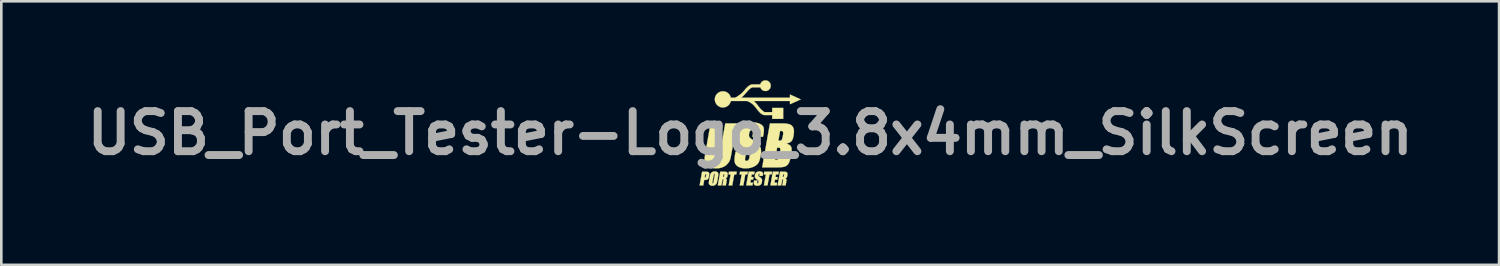
<source format=kicad_pcb>
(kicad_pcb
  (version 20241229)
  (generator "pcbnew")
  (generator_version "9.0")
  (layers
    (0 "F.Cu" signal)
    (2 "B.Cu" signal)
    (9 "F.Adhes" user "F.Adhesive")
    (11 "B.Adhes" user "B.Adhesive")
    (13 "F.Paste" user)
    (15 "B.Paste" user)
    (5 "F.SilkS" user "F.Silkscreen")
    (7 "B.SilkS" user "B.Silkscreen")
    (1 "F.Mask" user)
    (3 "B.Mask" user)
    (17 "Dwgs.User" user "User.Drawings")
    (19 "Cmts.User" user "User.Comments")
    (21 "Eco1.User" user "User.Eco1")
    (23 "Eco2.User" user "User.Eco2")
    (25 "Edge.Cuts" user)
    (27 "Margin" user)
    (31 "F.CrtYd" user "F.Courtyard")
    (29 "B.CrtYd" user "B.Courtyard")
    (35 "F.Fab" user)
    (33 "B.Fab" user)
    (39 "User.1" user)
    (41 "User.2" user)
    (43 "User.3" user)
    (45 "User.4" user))
  (footprint "USB_Port_Tester-Logo_3.8x4mm_SilkScreen"
    (layer "F.Cu")
    (at 25.444 2.004)
    (property "Reference" "USB_Port_Tester-Logo_3.8x4mm_SilkScreen" (at 0 0 0) (layer "F.Fab") (effects (font (size 1.524 1.524) (thickness 0.3))))
    (attr through_hole)
    (fp_poly (pts (xy -0.206 1.467) (xy -0.178 1.467) (xy -0.154 1.467) (xy -0.133 1.467) (xy -0.117 1.467) (xy -0.104 1.468) (xy -0.096 1.468) (xy -0.091 1.468) (xy -0.09 1.469) (xy -0.09 1.471) (xy -0.091 1.477) (xy -0.093 1.485) (xy -0.094 1.496) (xy -0.097 1.508) (xy -0.099 1.52) (xy -0.101 1.534) (xy -0.103 1.546) (xy -0.105 1.556) (xy -0.106 1.564) (xy -0.107 1.569) (xy -0.107 1.571) (xy -0.109 1.571) (xy -0.114 1.572) (xy -0.122 1.572) (xy -0.133 1.572) (xy -0.144 1.572) (xy -0.147 1.572) (xy -0.187 1.572) (xy -0.189 1.58) (xy -0.189 1.582) (xy -0.19 1.589) (xy -0.192 1.599) (xy -0.194 1.612) (xy -0.197 1.627) (xy -0.2 1.645) (xy -0.204 1.666) (xy -0.208 1.688) (xy -0.212 1.712) (xy -0.217 1.738) (xy -0.222 1.765) (xy -0.225 1.787) (xy -0.261 1.987) (xy -0.329 1.988) (xy -0.347 1.988) (xy -0.362 1.988) (xy -0.373 1.988) (xy -0.382 1.988) (xy -0.389 1.988) (xy -0.393 1.987) (xy -0.395 1.987) (xy -0.396 1.986) (xy -0.396 1.986) (xy -0.396 1.983) (xy -0.395 1.978) (xy -0.394 1.969) (xy -0.392 1.957) (xy -0.389 1.942) (xy -0.386 1.925) (xy -0.383 1.907) (xy -0.379 1.886) (xy -0.376 1.864) (xy -0.372 1.841) (xy -0.367 1.818) (xy -0.363 1.793) (xy -0.359 1.769) (xy -0.355 1.745) (xy -0.351 1.721) (xy -0.346 1.698) (xy -0.343 1.676) (xy -0.339 1.656) (xy -0.336 1.637) (xy -0.333 1.62) (xy -0.33 1.606) (xy -0.328 1.594) (xy -0.326 1.585) (xy -0.325 1.579) (xy -0.325 1.578) (xy -0.324 1.572) (xy -0.405 1.572) (xy -0.404 1.567) (xy -0.403 1.563) (xy -0.402 1.557) (xy -0.4 1.548) (xy -0.398 1.536) (xy -0.396 1.524) (xy -0.394 1.514) (xy -0.386 1.467) (xy -0.238 1.467) (xy -0.206 1.467)) (stroke (width 0.01) (type solid)) (fill yes) (layer "F.SilkS"))
    (fp_poly (pts (xy 0.784 1.467) (xy 0.796 1.467) (xy 0.806 1.467) (xy 0.813 1.468) (xy 0.819 1.468) (xy 0.823 1.468) (xy 0.826 1.468) (xy 0.827 1.469) (xy 0.828 1.469) (xy 0.828 1.47) (xy 0.828 1.47) (xy 0.828 1.473) (xy 0.827 1.479) (xy 0.825 1.487) (xy 0.824 1.498) (xy 0.822 1.509) (xy 0.82 1.521) (xy 0.818 1.533) (xy 0.816 1.544) (xy 0.814 1.554) (xy 0.812 1.562) (xy 0.812 1.562) (xy 0.81 1.572) (xy 0.731 1.572) (xy 0.73 1.578) (xy 0.729 1.58) (xy 0.728 1.586) (xy 0.727 1.596) (xy 0.724 1.609) (xy 0.722 1.624) (xy 0.719 1.642) (xy 0.715 1.662) (xy 0.711 1.685) (xy 0.707 1.709) (xy 0.702 1.734) (xy 0.698 1.761) (xy 0.693 1.786) (xy 0.657 1.988) (xy 0.589 1.988) (xy 0.574 1.988) (xy 0.559 1.988) (xy 0.546 1.988) (xy 0.536 1.988) (xy 0.528 1.987) (xy 0.523 1.987) (xy 0.521 1.987) (xy 0.522 1.985) (xy 0.523 1.979) (xy 0.524 1.97) (xy 0.526 1.958) (xy 0.529 1.943) (xy 0.532 1.925) (xy 0.536 1.906) (xy 0.539 1.884) (xy 0.544 1.86) (xy 0.548 1.834) (xy 0.553 1.808) (xy 0.558 1.781) (xy 0.563 1.753) (xy 0.567 1.726) (xy 0.572 1.701) (xy 0.576 1.677) (xy 0.58 1.655) (xy 0.583 1.635) (xy 0.586 1.618) (xy 0.589 1.603) (xy 0.591 1.591) (xy 0.592 1.582) (xy 0.593 1.576) (xy 0.594 1.574) (xy 0.592 1.573) (xy 0.587 1.573) (xy 0.578 1.573) (xy 0.567 1.572) (xy 0.554 1.572) (xy 0.514 1.572) (xy 0.515 1.567) (xy 0.515 1.563) (xy 0.517 1.557) (xy 0.518 1.548) (xy 0.52 1.536) (xy 0.523 1.524) (xy 0.524 1.515) (xy 0.532 1.468) (xy 0.68 1.467) (xy 0.708 1.467) (xy 0.732 1.467) (xy 0.752 1.467) (xy 0.77 1.467) (xy 0.784 1.467)) (stroke (width 0.01) (type solid)) (fill yes) (layer "F.SilkS"))
    (fp_poly (pts (xy -1.736 1.468) (xy -1.715 1.468) (xy -1.696 1.468) (xy -1.681 1.468) (xy -1.669 1.468) (xy -1.659 1.468) (xy -1.651 1.469) (xy -1.644 1.469) (xy -1.639 1.47) (xy -1.634 1.47) (xy -1.629 1.471) (xy -1.625 1.472) (xy -1.624 1.472) (xy -1.606 1.477) (xy -1.59 1.483) (xy -1.578 1.491) (xy -1.569 1.501) (xy -1.562 1.512) (xy -1.561 1.513) (xy -1.558 1.52) (xy -1.557 1.526) (xy -1.556 1.534) (xy -1.555 1.544) (xy -1.555 1.552) (xy -1.555 1.561) (xy -1.556 1.57) (xy -1.557 1.581) (xy -1.559 1.594) (xy -1.561 1.609) (xy -1.564 1.627) (xy -1.567 1.645) (xy -1.572 1.669) (xy -1.577 1.69) (xy -1.582 1.707) (xy -1.587 1.72) (xy -1.593 1.731) (xy -1.594 1.732) (xy -1.599 1.74) (xy -1.605 1.746) (xy -1.611 1.751) (xy -1.619 1.757) (xy -1.622 1.759) (xy -1.638 1.766) (xy -1.655 1.772) (xy -1.676 1.776) (xy -1.699 1.779) (xy -1.723 1.779) (xy -1.747 1.779) (xy -1.766 1.884) (xy -1.784 1.988) (xy -1.852 1.988) (xy -1.871 1.988) (xy -1.886 1.988) (xy -1.898 1.988) (xy -1.907 1.988) (xy -1.913 1.987) (xy -1.918 1.987) (xy -1.919 1.986) (xy -1.92 1.986) (xy -1.919 1.984) (xy -1.919 1.978) (xy -1.917 1.969) (xy -1.915 1.956) (xy -1.912 1.941) (xy -1.909 1.923) (xy -1.905 1.902) (xy -1.901 1.88) (xy -1.897 1.855) (xy -1.892 1.828) (xy -1.887 1.8) (xy -1.882 1.77) (xy -1.877 1.739) (xy -1.874 1.726) (xy -1.867 1.687) (xy -1.73 1.687) (xy -1.729 1.689) (xy -1.724 1.689) (xy -1.718 1.689) (xy -1.711 1.688) (xy -1.706 1.687) (xy -1.701 1.684) (xy -1.696 1.681) (xy -1.695 1.681) (xy -1.692 1.676) (xy -1.688 1.669) (xy -1.685 1.658) (xy -1.682 1.645) (xy -1.678 1.627) (xy -1.678 1.624) (xy -1.675 1.606) (xy -1.673 1.593) (xy -1.672 1.582) (xy -1.672 1.573) (xy -1.674 1.567) (xy -1.678 1.563) (xy -1.682 1.56) (xy -1.689 1.559) (xy -1.697 1.558) (xy -1.708 1.556) (xy -1.719 1.62) (xy -1.722 1.636) (xy -1.724 1.65) (xy -1.727 1.663) (xy -1.728 1.673) (xy -1.73 1.681) (xy -1.73 1.686) (xy -1.73 1.687) (xy -1.867 1.687) (xy -1.829 1.468) (xy -1.736 1.468)) (stroke (width 0.01) (type solid)) (fill yes) (layer "F.SilkS"))
    (fp_poly (pts (xy 0.167 1.473) (xy 0.166 1.477) (xy 0.165 1.484) (xy 0.163 1.493) (xy 0.161 1.505) (xy 0.159 1.517) (xy 0.157 1.525) (xy 0.149 1.571) (xy 0.104 1.572) (xy 0.059 1.572) (xy 0.056 1.59) (xy 0.054 1.599) (xy 0.052 1.61) (xy 0.05 1.623) (xy 0.048 1.635) (xy 0.047 1.639) (xy 0.042 1.669) (xy 0.083 1.669) (xy 0.098 1.67) (xy 0.109 1.67) (xy 0.117 1.67) (xy 0.122 1.671) (xy 0.125 1.672) (xy 0.125 1.672) (xy 0.125 1.675) (xy 0.124 1.681) (xy 0.122 1.689) (xy 0.121 1.7) (xy 0.118 1.712) (xy 0.117 1.722) (xy 0.108 1.77) (xy 0.066 1.77) (xy 0.051 1.77) (xy 0.038 1.77) (xy 0.03 1.77) (xy 0.025 1.771) (xy 0.023 1.771) (xy 0.023 1.774) (xy 0.022 1.779) (xy 0.021 1.787) (xy 0.019 1.798) (xy 0.017 1.809) (xy 0.015 1.822) (xy 0.013 1.834) (xy 0.011 1.847) (xy 0.009 1.858) (xy 0.007 1.867) (xy 0.006 1.875) (xy 0.005 1.879) (xy 0.005 1.879) (xy 0.004 1.885) (xy 0.054 1.885) (xy 0.069 1.885) (xy 0.081 1.885) (xy 0.09 1.885) (xy 0.096 1.885) (xy 0.1 1.886) (xy 0.102 1.886) (xy 0.103 1.887) (xy 0.103 1.888) (xy 0.103 1.888) (xy 0.102 1.891) (xy 0.101 1.897) (xy 0.099 1.906) (xy 0.098 1.917) (xy 0.095 1.929) (xy 0.094 1.94) (xy 0.085 1.988) (xy -0.033 1.988) (xy -0.057 1.988) (xy -0.079 1.988) (xy -0.098 1.988) (xy -0.115 1.988) (xy -0.129 1.988) (xy -0.139 1.987) (xy -0.146 1.987) (xy -0.15 1.987) (xy -0.15 1.986) (xy -0.15 1.984) (xy -0.149 1.979) (xy -0.148 1.97) (xy -0.145 1.958) (xy -0.143 1.943) (xy -0.14 1.926) (xy -0.136 1.906) (xy -0.133 1.885) (xy -0.129 1.862) (xy -0.124 1.837) (xy -0.12 1.812) (xy -0.115 1.785) (xy -0.11 1.758) (xy -0.106 1.731) (xy -0.101 1.704) (xy -0.096 1.677) (xy -0.091 1.65) (xy -0.087 1.624) (xy -0.083 1.6) (xy -0.078 1.577) (xy -0.075 1.555) (xy -0.071 1.535) (xy -0.068 1.517) (xy -0.065 1.502) (xy -0.063 1.49) (xy -0.061 1.48) (xy -0.06 1.474) (xy -0.06 1.471) (xy -0.06 1.471) (xy -0.059 1.467) (xy 0.168 1.467) (xy 0.167 1.473)) (stroke (width 0.01) (type solid)) (fill yes) (layer "F.SilkS"))
    (fp_poly (pts (xy 1.085 1.472) (xy 1.085 1.476) (xy 1.084 1.482) (xy 1.082 1.491) (xy 1.08 1.503) (xy 1.078 1.516) (xy 1.076 1.525) (xy 1.068 1.572) (xy 0.977 1.572) (xy 0.969 1.619) (xy 0.967 1.632) (xy 0.965 1.644) (xy 0.963 1.654) (xy 0.962 1.661) (xy 0.961 1.666) (xy 0.961 1.668) (xy 0.962 1.668) (xy 0.965 1.669) (xy 0.972 1.669) (xy 0.981 1.67) (xy 0.993 1.67) (xy 1.002 1.67) (xy 1.014 1.67) (xy 1.025 1.67) (xy 1.034 1.67) (xy 1.04 1.67) (xy 1.043 1.671) (xy 1.043 1.671) (xy 1.043 1.673) (xy 1.043 1.678) (xy 1.042 1.686) (xy 1.04 1.696) (xy 1.039 1.703) (xy 1.037 1.715) (xy 1.034 1.728) (xy 1.032 1.739) (xy 1.031 1.749) (xy 1.03 1.751) (xy 1.027 1.769) (xy 0.985 1.77) (xy 0.942 1.77) (xy 0.933 1.821) (xy 0.931 1.835) (xy 0.929 1.848) (xy 0.927 1.86) (xy 0.925 1.869) (xy 0.924 1.875) (xy 0.923 1.878) (xy 0.922 1.885) (xy 0.972 1.885) (xy 0.985 1.885) (xy 0.997 1.885) (xy 1.007 1.885) (xy 1.015 1.885) (xy 1.02 1.886) (xy 1.021 1.886) (xy 1.021 1.888) (xy 1.02 1.893) (xy 1.019 1.902) (xy 1.017 1.912) (xy 1.015 1.924) (xy 1.013 1.936) (xy 1.01 1.95) (xy 1.008 1.962) (xy 1.006 1.972) (xy 1.005 1.98) (xy 1.004 1.985) (xy 1.004 1.987) (xy 1.002 1.987) (xy 0.997 1.987) (xy 0.988 1.988) (xy 0.976 1.988) (xy 0.962 1.988) (xy 0.946 1.988) (xy 0.927 1.988) (xy 0.908 1.988) (xy 0.887 1.988) (xy 0.767 1.988) (xy 0.768 1.983) (xy 0.769 1.98) (xy 0.77 1.974) (xy 0.772 1.965) (xy 0.774 1.952) (xy 0.777 1.936) (xy 0.78 1.918) (xy 0.784 1.897) (xy 0.788 1.874) (xy 0.792 1.849) (xy 0.797 1.823) (xy 0.802 1.794) (xy 0.807 1.765) (xy 0.812 1.734) (xy 0.813 1.728) (xy 0.819 1.697) (xy 0.824 1.667) (xy 0.829 1.638) (xy 0.834 1.611) (xy 0.838 1.586) (xy 0.843 1.563) (xy 0.846 1.541) (xy 0.85 1.522) (xy 0.852 1.506) (xy 0.855 1.493) (xy 0.857 1.483) (xy 0.858 1.476) (xy 0.859 1.472) (xy 0.859 1.472) (xy 0.86 1.467) (xy 1.086 1.467) (xy 1.085 1.472)) (stroke (width 0.01) (type solid)) (fill yes) (layer "F.SilkS"))
    (fp_poly (pts (xy -0.634 1.467) (xy -0.612 1.467) (xy -0.591 1.467) (xy -0.572 1.467) (xy -0.554 1.467) (xy -0.54 1.467) (xy -0.527 1.468) (xy -0.518 1.468) (xy -0.512 1.468) (xy -0.51 1.468) (xy -0.51 1.468) (xy -0.51 1.47) (xy -0.511 1.476) (xy -0.512 1.484) (xy -0.514 1.495) (xy -0.516 1.507) (xy -0.519 1.52) (xy -0.521 1.533) (xy -0.523 1.545) (xy -0.525 1.556) (xy -0.526 1.564) (xy -0.527 1.569) (xy -0.527 1.571) (xy -0.529 1.571) (xy -0.534 1.572) (xy -0.542 1.572) (xy -0.552 1.572) (xy -0.564 1.572) (xy -0.567 1.572) (xy -0.579 1.572) (xy -0.59 1.572) (xy -0.599 1.572) (xy -0.605 1.573) (xy -0.607 1.573) (xy -0.607 1.573) (xy -0.608 1.575) (xy -0.609 1.58) (xy -0.61 1.589) (xy -0.613 1.601) (xy -0.615 1.616) (xy -0.618 1.633) (xy -0.622 1.653) (xy -0.626 1.675) (xy -0.63 1.699) (xy -0.634 1.724) (xy -0.639 1.751) (xy -0.644 1.779) (xy -0.644 1.78) (xy -0.681 1.987) (xy -0.749 1.988) (xy -0.767 1.988) (xy -0.781 1.988) (xy -0.793 1.988) (xy -0.802 1.988) (xy -0.808 1.988) (xy -0.812 1.987) (xy -0.815 1.987) (xy -0.816 1.986) (xy -0.816 1.985) (xy -0.816 1.983) (xy -0.815 1.977) (xy -0.814 1.968) (xy -0.812 1.956) (xy -0.809 1.942) (xy -0.806 1.925) (xy -0.803 1.906) (xy -0.799 1.885) (xy -0.795 1.864) (xy -0.791 1.841) (xy -0.787 1.817) (xy -0.783 1.793) (xy -0.779 1.768) (xy -0.775 1.744) (xy -0.77 1.72) (xy -0.766 1.697) (xy -0.762 1.675) (xy -0.759 1.655) (xy -0.755 1.636) (xy -0.753 1.619) (xy -0.75 1.605) (xy -0.748 1.593) (xy -0.746 1.584) (xy -0.745 1.579) (xy -0.745 1.577) (xy -0.744 1.572) (xy -0.784 1.572) (xy -0.796 1.572) (xy -0.807 1.572) (xy -0.815 1.572) (xy -0.821 1.571) (xy -0.824 1.571) (xy -0.824 1.571) (xy -0.824 1.569) (xy -0.823 1.563) (xy -0.822 1.555) (xy -0.82 1.544) (xy -0.818 1.532) (xy -0.815 1.52) (xy -0.813 1.507) (xy -0.811 1.494) (xy -0.809 1.484) (xy -0.808 1.476) (xy -0.807 1.471) (xy -0.807 1.469) (xy -0.805 1.468) (xy -0.799 1.468) (xy -0.789 1.468) (xy -0.775 1.467) (xy -0.758 1.467) (xy -0.736 1.467) (xy -0.711 1.467) (xy -0.682 1.467) (xy -0.658 1.467) (xy -0.634 1.467)) (stroke (width 0.01) (type solid)) (fill yes) (layer "F.SilkS"))
    (fp_poly (pts (xy -1.335 1.458) (xy -1.322 1.458) (xy -1.31 1.459) (xy -1.3 1.461) (xy -1.295 1.462) (xy -1.274 1.469) (xy -1.256 1.479) (xy -1.241 1.491) (xy -1.228 1.505) (xy -1.219 1.521) (xy -1.214 1.536) (xy -1.213 1.542) (xy -1.212 1.549) (xy -1.211 1.557) (xy -1.211 1.565) (xy -1.211 1.575) (xy -1.212 1.587) (xy -1.214 1.6) (xy -1.216 1.616) (xy -1.218 1.634) (xy -1.221 1.654) (xy -1.225 1.678) (xy -1.23 1.705) (xy -1.235 1.736) (xy -1.235 1.736) (xy -1.241 1.766) (xy -1.246 1.793) (xy -1.25 1.816) (xy -1.254 1.836) (xy -1.258 1.853) (xy -1.261 1.867) (xy -1.264 1.879) (xy -1.267 1.889) (xy -1.27 1.896) (xy -1.27 1.896) (xy -1.28 1.918) (xy -1.293 1.937) (xy -1.31 1.954) (xy -1.329 1.969) (xy -1.35 1.981) (xy -1.373 1.991) (xy -1.398 1.997) (xy -1.405 1.998) (xy -1.418 1.999) (xy -1.434 2) (xy -1.449 2) (xy -1.464 1.999) (xy -1.476 1.997) (xy -1.498 1.991) (xy -1.518 1.983) (xy -1.534 1.972) (xy -1.548 1.959) (xy -1.559 1.943) (xy -1.567 1.925) (xy -1.57 1.913) (xy -1.571 1.907) (xy -1.571 1.901) (xy -1.572 1.894) (xy -1.572 1.892) (xy -1.438 1.892) (xy -1.438 1.9) (xy -1.437 1.905) (xy -1.434 1.909) (xy -1.429 1.911) (xy -1.429 1.911) (xy -1.424 1.912) (xy -1.421 1.911) (xy -1.417 1.91) (xy -1.415 1.909) (xy -1.41 1.906) (xy -1.405 1.9) (xy -1.402 1.891) (xy -1.398 1.879) (xy -1.398 1.877) (xy -1.396 1.871) (xy -1.395 1.862) (xy -1.392 1.85) (xy -1.39 1.835) (xy -1.387 1.819) (xy -1.383 1.8) (xy -1.38 1.78) (xy -1.376 1.76) (xy -1.372 1.738) (xy -1.369 1.716) (xy -1.365 1.695) (xy -1.361 1.674) (xy -1.358 1.654) (xy -1.355 1.635) (xy -1.352 1.618) (xy -1.349 1.603) (xy -1.347 1.59) (xy -1.346 1.58) (xy -1.345 1.573) (xy -1.344 1.571) (xy -1.344 1.562) (xy -1.344 1.557) (xy -1.345 1.554) (xy -1.346 1.551) (xy -1.347 1.551) (xy -1.353 1.547) (xy -1.36 1.546) (xy -1.366 1.548) (xy -1.373 1.552) (xy -1.378 1.559) (xy -1.382 1.569) (xy -1.383 1.575) (xy -1.384 1.579) (xy -1.386 1.587) (xy -1.388 1.598) (xy -1.39 1.611) (xy -1.393 1.627) (xy -1.397 1.645) (xy -1.4 1.664) (xy -1.404 1.685) (xy -1.407 1.706) (xy -1.411 1.728) (xy -1.415 1.749) (xy -1.419 1.771) (xy -1.422 1.791) (xy -1.426 1.81) (xy -1.429 1.828) (xy -1.431 1.844) (xy -1.434 1.858) (xy -1.435 1.869) (xy -1.437 1.877) (xy -1.437 1.881) (xy -1.438 1.892) (xy -1.572 1.892) (xy -1.572 1.886) (xy -1.571 1.877) (xy -1.57 1.867) (xy -1.569 1.854) (xy -1.567 1.84) (xy -1.564 1.823) (xy -1.561 1.803) (xy -1.557 1.781) (xy -1.553 1.755) (xy -1.548 1.726) (xy -1.545 1.711) (xy -1.539 1.681) (xy -1.534 1.654) (xy -1.53 1.631) (xy -1.526 1.611) (xy -1.522 1.594) (xy -1.518 1.58) (xy -1.515 1.569) (xy -1.512 1.56) (xy -1.512 1.559) (xy -1.502 1.539) (xy -1.489 1.521) (xy -1.473 1.504) (xy -1.455 1.489) (xy -1.435 1.477) (xy -1.415 1.469) (xy -1.395 1.463) (xy -1.376 1.459) (xy -1.355 1.457) (xy -1.335 1.458)) (stroke (width 0.01) (type solid)) (fill yes) (layer "F.SilkS"))
    (fp_poly (pts (xy -1.049 1.467) (xy -1.032 1.467) (xy -1.016 1.467) (xy -0.999 1.468) (xy -0.984 1.468) (xy -0.971 1.469) (xy -0.97 1.469) (xy -0.951 1.47) (xy -0.934 1.471) (xy -0.921 1.473) (xy -0.91 1.476) (xy -0.901 1.479) (xy -0.893 1.482) (xy -0.886 1.487) (xy -0.88 1.492) (xy -0.871 1.502) (xy -0.864 1.514) (xy -0.859 1.526) (xy -0.856 1.542) (xy -0.855 1.56) (xy -0.855 1.562) (xy -0.856 1.581) (xy -0.859 1.601) (xy -0.862 1.622) (xy -0.867 1.642) (xy -0.872 1.66) (xy -0.877 1.671) (xy -0.885 1.686) (xy -0.897 1.697) (xy -0.91 1.706) (xy -0.927 1.712) (xy -0.93 1.713) (xy -0.938 1.715) (xy -0.943 1.716) (xy -0.945 1.717) (xy -0.944 1.719) (xy -0.939 1.72) (xy -0.936 1.722) (xy -0.922 1.728) (xy -0.911 1.736) (xy -0.902 1.746) (xy -0.896 1.758) (xy -0.895 1.76) (xy -0.894 1.764) (xy -0.893 1.767) (xy -0.893 1.771) (xy -0.892 1.776) (xy -0.892 1.781) (xy -0.893 1.788) (xy -0.894 1.796) (xy -0.895 1.806) (xy -0.897 1.819) (xy -0.9 1.833) (xy -0.903 1.851) (xy -0.906 1.872) (xy -0.91 1.896) (xy -0.911 1.903) (xy -0.926 1.988) (xy -0.99 1.988) (xy -1.005 1.988) (xy -1.019 1.988) (xy -1.031 1.988) (xy -1.041 1.988) (xy -1.048 1.988) (xy -1.052 1.987) (xy -1.053 1.987) (xy -1.052 1.985) (xy -1.051 1.979) (xy -1.05 1.971) (xy -1.048 1.959) (xy -1.046 1.946) (xy -1.043 1.93) (xy -1.04 1.913) (xy -1.037 1.894) (xy -1.036 1.892) (xy -1.033 1.873) (xy -1.03 1.854) (xy -1.027 1.837) (xy -1.024 1.822) (xy -1.022 1.809) (xy -1.02 1.798) (xy -1.019 1.79) (xy -1.018 1.786) (xy -1.018 1.786) (xy -1.018 1.774) (xy -1.02 1.766) (xy -1.024 1.76) (xy -1.031 1.757) (xy -1.041 1.755) (xy -1.042 1.754) (xy -1.052 1.753) (xy -1.072 1.87) (xy -1.093 1.987) (xy -1.23 1.988) (xy -1.184 1.73) (xy -1.179 1.699) (xy -1.174 1.671) (xy -1.037 1.671) (xy -1.035 1.672) (xy -1.031 1.672) (xy -1.025 1.671) (xy -1.018 1.67) (xy -1.012 1.669) (xy -1.008 1.667) (xy -1.008 1.667) (xy -1.003 1.664) (xy -0.999 1.658) (xy -0.996 1.651) (xy -0.993 1.64) (xy -0.989 1.627) (xy -0.986 1.61) (xy -0.985 1.602) (xy -0.983 1.589) (xy -0.983 1.579) (xy -0.984 1.571) (xy -0.986 1.566) (xy -0.988 1.564) (xy -0.991 1.562) (xy -0.997 1.56) (xy -1.003 1.558) (xy -1.009 1.557) (xy -1.014 1.556) (xy -1.016 1.557) (xy -1.017 1.559) (xy -1.018 1.564) (xy -1.019 1.572) (xy -1.021 1.582) (xy -1.023 1.594) (xy -1.026 1.606) (xy -1.028 1.619) (xy -1.03 1.632) (xy -1.032 1.643) (xy -1.034 1.654) (xy -1.036 1.662) (xy -1.037 1.668) (xy -1.037 1.671) (xy -1.037 1.671) (xy -1.174 1.671) (xy -1.173 1.669) (xy -1.168 1.64) (xy -1.163 1.612) (xy -1.159 1.586) (xy -1.155 1.563) (xy -1.151 1.541) (xy -1.147 1.522) (xy -1.144 1.505) (xy -1.142 1.492) (xy -1.14 1.481) (xy -1.139 1.474) (xy -1.138 1.47) (xy -1.138 1.469) (xy -1.136 1.469) (xy -1.13 1.468) (xy -1.121 1.468) (xy -1.11 1.467) (xy -1.097 1.467) (xy -1.082 1.467) (xy -1.066 1.467) (xy -1.049 1.467)) (stroke (width 0.01) (type solid)) (fill yes) (layer "F.SilkS"))
    (fp_poly (pts (xy 0.361 1.457) (xy 0.379 1.458) (xy 0.395 1.46) (xy 0.408 1.462) (xy 0.409 1.463) (xy 0.428 1.469) (xy 0.445 1.477) (xy 0.46 1.487) (xy 0.471 1.498) (xy 0.478 1.509) (xy 0.48 1.514) (xy 0.482 1.518) (xy 0.482 1.522) (xy 0.483 1.528) (xy 0.483 1.535) (xy 0.483 1.545) (xy 0.483 1.549) (xy 0.483 1.56) (xy 0.482 1.572) (xy 0.481 1.584) (xy 0.479 1.596) (xy 0.478 1.607) (xy 0.476 1.616) (xy 0.475 1.623) (xy 0.474 1.625) (xy 0.471 1.626) (xy 0.466 1.626) (xy 0.458 1.626) (xy 0.447 1.627) (xy 0.435 1.627) (xy 0.422 1.627) (xy 0.409 1.627) (xy 0.395 1.627) (xy 0.382 1.627) (xy 0.371 1.627) (xy 0.361 1.626) (xy 0.354 1.626) (xy 0.35 1.626) (xy 0.349 1.625) (xy 0.349 1.623) (xy 0.349 1.618) (xy 0.351 1.61) (xy 0.352 1.6) (xy 0.353 1.597) (xy 0.355 1.583) (xy 0.356 1.573) (xy 0.357 1.565) (xy 0.357 1.559) (xy 0.356 1.555) (xy 0.355 1.552) (xy 0.354 1.55) (xy 0.35 1.547) (xy 0.345 1.546) (xy 0.341 1.546) (xy 0.335 1.547) (xy 0.329 1.549) (xy 0.327 1.55) (xy 0.322 1.555) (xy 0.317 1.563) (xy 0.313 1.573) (xy 0.311 1.582) (xy 0.309 1.591) (xy 0.309 1.601) (xy 0.309 1.611) (xy 0.31 1.619) (xy 0.311 1.626) (xy 0.311 1.627) (xy 0.316 1.634) (xy 0.325 1.642) (xy 0.337 1.652) (xy 0.352 1.662) (xy 0.376 1.679) (xy 0.396 1.696) (xy 0.413 1.711) (xy 0.419 1.717) (xy 0.43 1.729) (xy 0.438 1.74) (xy 0.443 1.75) (xy 0.447 1.762) (xy 0.449 1.776) (xy 0.45 1.792) (xy 0.45 1.8) (xy 0.449 1.824) (xy 0.446 1.848) (xy 0.442 1.871) (xy 0.436 1.893) (xy 0.429 1.913) (xy 0.421 1.93) (xy 0.413 1.943) (xy 0.403 1.954) (xy 0.391 1.964) (xy 0.375 1.974) (xy 0.358 1.982) (xy 0.339 1.99) (xy 0.327 1.993) (xy 0.314 1.996) (xy 0.298 1.998) (xy 0.281 1.999) (xy 0.264 2) (xy 0.248 1.999) (xy 0.233 1.998) (xy 0.228 1.997) (xy 0.207 1.992) (xy 0.188 1.984) (xy 0.172 1.974) (xy 0.158 1.962) (xy 0.147 1.949) (xy 0.141 1.937) (xy 0.14 1.934) (xy 0.139 1.929) (xy 0.138 1.923) (xy 0.138 1.916) (xy 0.138 1.905) (xy 0.138 1.895) (xy 0.139 1.864) (xy 0.142 1.836) (xy 0.148 1.807) (xy 0.149 1.803) (xy 0.275 1.803) (xy 0.268 1.84) (xy 0.265 1.859) (xy 0.263 1.875) (xy 0.262 1.887) (xy 0.262 1.896) (xy 0.263 1.902) (xy 0.265 1.906) (xy 0.265 1.907) (xy 0.273 1.911) (xy 0.281 1.912) (xy 0.289 1.909) (xy 0.297 1.904) (xy 0.304 1.896) (xy 0.308 1.889) (xy 0.31 1.881) (xy 0.312 1.871) (xy 0.314 1.86) (xy 0.316 1.848) (xy 0.316 1.837) (xy 0.316 1.835) (xy 0.316 1.829) (xy 0.316 1.823) (xy 0.314 1.818) (xy 0.312 1.813) (xy 0.308 1.807) (xy 0.303 1.801) (xy 0.296 1.795) (xy 0.287 1.787) (xy 0.276 1.777) (xy 0.262 1.766) (xy 0.249 1.756) (xy 0.233 1.744) (xy 0.219 1.733) (xy 0.208 1.723) (xy 0.2 1.714) (xy 0.193 1.706) (xy 0.188 1.698) (xy 0.184 1.69) (xy 0.181 1.681) (xy 0.178 1.672) (xy 0.177 1.66) (xy 0.176 1.644) (xy 0.177 1.627) (xy 0.179 1.608) (xy 0.182 1.589) (xy 0.187 1.571) (xy 0.191 1.555) (xy 0.2 1.533) (xy 0.212 1.515) (xy 0.226 1.498) (xy 0.243 1.485) (xy 0.247 1.483) (xy 0.262 1.475) (xy 0.279 1.468) (xy 0.298 1.463) (xy 0.312 1.46) (xy 0.327 1.458) (xy 0.344 1.457) (xy 0.361 1.457)) (stroke (width 0.01) (type solid)) (fill yes) (layer "F.SilkS"))
    (fp_poly (pts (xy 1.224 1.467) (xy 1.249 1.468) (xy 1.271 1.468) (xy 1.289 1.469) (xy 1.305 1.469) (xy 1.318 1.47) (xy 1.329 1.471) (xy 1.339 1.472) (xy 1.347 1.473) (xy 1.353 1.474) (xy 1.36 1.475) (xy 1.364 1.477) (xy 1.379 1.483) (xy 1.392 1.493) (xy 1.402 1.505) (xy 1.41 1.521) (xy 1.412 1.526) (xy 1.413 1.53) (xy 1.414 1.536) (xy 1.415 1.542) (xy 1.415 1.552) (xy 1.415 1.562) (xy 1.414 1.586) (xy 1.412 1.608) (xy 1.408 1.63) (xy 1.402 1.649) (xy 1.396 1.667) (xy 1.388 1.682) (xy 1.381 1.692) (xy 1.373 1.699) (xy 1.363 1.705) (xy 1.351 1.71) (xy 1.338 1.713) (xy 1.337 1.714) (xy 1.329 1.716) (xy 1.324 1.717) (xy 1.322 1.718) (xy 1.324 1.719) (xy 1.325 1.719) (xy 1.33 1.72) (xy 1.337 1.722) (xy 1.345 1.726) (xy 1.352 1.731) (xy 1.359 1.735) (xy 1.361 1.737) (xy 1.369 1.746) (xy 1.375 1.758) (xy 1.378 1.77) (xy 1.378 1.772) (xy 1.379 1.776) (xy 1.379 1.779) (xy 1.378 1.783) (xy 1.378 1.788) (xy 1.377 1.795) (xy 1.376 1.803) (xy 1.375 1.812) (xy 1.373 1.824) (xy 1.371 1.839) (xy 1.368 1.856) (xy 1.364 1.877) (xy 1.36 1.901) (xy 1.345 1.988) (xy 1.282 1.988) (xy 1.264 1.988) (xy 1.249 1.988) (xy 1.238 1.988) (xy 1.23 1.988) (xy 1.224 1.987) (xy 1.22 1.987) (xy 1.219 1.986) (xy 1.219 1.986) (xy 1.219 1.983) (xy 1.22 1.978) (xy 1.222 1.969) (xy 1.224 1.957) (xy 1.226 1.943) (xy 1.229 1.928) (xy 1.232 1.91) (xy 1.235 1.894) (xy 1.239 1.872) (xy 1.242 1.853) (xy 1.244 1.838) (xy 1.247 1.825) (xy 1.248 1.814) (xy 1.249 1.805) (xy 1.25 1.797) (xy 1.251 1.79) (xy 1.251 1.784) (xy 1.251 1.784) (xy 1.251 1.775) (xy 1.251 1.769) (xy 1.25 1.765) (xy 1.249 1.762) (xy 1.247 1.76) (xy 1.246 1.759) (xy 1.242 1.758) (xy 1.237 1.756) (xy 1.23 1.755) (xy 1.225 1.754) (xy 1.22 1.754) (xy 1.219 1.755) (xy 1.218 1.757) (xy 1.217 1.763) (xy 1.216 1.771) (xy 1.214 1.782) (xy 1.212 1.796) (xy 1.209 1.811) (xy 1.206 1.827) (xy 1.203 1.845) (xy 1.2 1.863) (xy 1.197 1.881) (xy 1.194 1.898) (xy 1.191 1.915) (xy 1.188 1.931) (xy 1.185 1.945) (xy 1.183 1.958) (xy 1.181 1.967) (xy 1.18 1.974) (xy 1.179 1.978) (xy 1.177 1.988) (xy 1.041 1.988) (xy 1.042 1.984) (xy 1.042 1.982) (xy 1.043 1.976) (xy 1.045 1.967) (xy 1.047 1.954) (xy 1.05 1.94) (xy 1.053 1.922) (xy 1.056 1.903) (xy 1.06 1.881) (xy 1.064 1.858) (xy 1.069 1.834) (xy 1.073 1.808) (xy 1.078 1.782) (xy 1.083 1.755) (xy 1.087 1.728) (xy 1.092 1.7) (xy 1.097 1.673) (xy 1.098 1.67) (xy 1.234 1.67) (xy 1.236 1.671) (xy 1.241 1.672) (xy 1.247 1.671) (xy 1.253 1.67) (xy 1.26 1.668) (xy 1.264 1.667) (xy 1.269 1.663) (xy 1.273 1.657) (xy 1.276 1.648) (xy 1.279 1.636) (xy 1.281 1.629) (xy 1.285 1.611) (xy 1.287 1.596) (xy 1.288 1.585) (xy 1.288 1.576) (xy 1.286 1.569) (xy 1.283 1.564) (xy 1.278 1.561) (xy 1.272 1.559) (xy 1.264 1.557) (xy 1.258 1.557) (xy 1.255 1.557) (xy 1.254 1.557) (xy 1.254 1.559) (xy 1.253 1.564) (xy 1.251 1.573) (xy 1.249 1.583) (xy 1.247 1.596) (xy 1.245 1.61) (xy 1.244 1.612) (xy 1.242 1.626) (xy 1.239 1.64) (xy 1.237 1.651) (xy 1.236 1.66) (xy 1.235 1.666) (xy 1.234 1.67) (xy 1.234 1.67) (xy 1.098 1.67) (xy 1.102 1.647) (xy 1.106 1.622) (xy 1.11 1.597) (xy 1.114 1.575) (xy 1.118 1.553) (xy 1.121 1.534) (xy 1.124 1.517) (xy 1.127 1.502) (xy 1.129 1.49) (xy 1.131 1.482) (xy 1.131 1.48) (xy 1.133 1.466) (xy 1.224 1.467)) (stroke (width 0.01) (type solid)) (fill yes) (layer "F.SilkS"))
    (fp_poly (pts (xy -1.254 -0.367) (xy -1.224 -0.367) (xy -1.197 -0.367) (xy -1.173 -0.367) (xy -1.153 -0.367) (xy -1.135 -0.367) (xy -1.12 -0.367) (xy -1.108 -0.367) (xy -1.097 -0.367) (xy -1.089 -0.366) (xy -1.083 -0.366) (xy -1.078 -0.366) (xy -1.074 -0.366) (xy -1.072 -0.365) (xy -1.071 -0.365) (xy -1.07 -0.364) (xy -1.07 -0.364) (xy -1.071 -0.362) (xy -1.072 -0.356) (xy -1.073 -0.347) (xy -1.075 -0.334) (xy -1.078 -0.318) (xy -1.082 -0.299) (xy -1.086 -0.276) (xy -1.09 -0.251) (xy -1.095 -0.224) (xy -1.1 -0.193) (xy -1.106 -0.16) (xy -1.112 -0.125) (xy -1.119 -0.088) (xy -1.125 -0.049) (xy -1.133 -0.008) (xy -1.14 0.035) (xy -1.148 0.079) (xy -1.156 0.125) (xy -1.164 0.172) (xy -1.173 0.22) (xy -1.181 0.269) (xy -1.182 0.275) (xy -1.191 0.325) (xy -1.2 0.373) (xy -1.208 0.421) (xy -1.216 0.468) (xy -1.224 0.513) (xy -1.232 0.557) (xy -1.239 0.599) (xy -1.247 0.64) (xy -1.253 0.678) (xy -1.26 0.715) (xy -1.266 0.749) (xy -1.271 0.782) (xy -1.277 0.811) (xy -1.281 0.838) (xy -1.285 0.862) (xy -1.289 0.884) (xy -1.292 0.902) (xy -1.295 0.917) (xy -1.297 0.928) (xy -1.298 0.936) (xy -1.299 0.94) (xy -1.299 0.94) (xy -1.301 0.958) (xy -1.303 0.975) (xy -1.304 0.99) (xy -1.304 1.005) (xy -1.304 1.017) (xy -1.303 1.026) (xy -1.303 1.029) (xy -1.298 1.039) (xy -1.291 1.047) (xy -1.282 1.053) (xy -1.277 1.055) (xy -1.267 1.056) (xy -1.254 1.056) (xy -1.242 1.054) (xy -1.233 1.051) (xy -1.222 1.044) (xy -1.212 1.034) (xy -1.204 1.022) (xy -1.202 1.018) (xy -1.198 1.007) (xy -1.193 0.993) (xy -1.188 0.977) (xy -1.184 0.958) (xy -1.179 0.938) (xy -1.177 0.928) (xy -1.176 0.924) (xy -1.175 0.916) (xy -1.172 0.904) (xy -1.17 0.889) (xy -1.166 0.87) (xy -1.162 0.849) (xy -1.158 0.824) (xy -1.153 0.797) (xy -1.148 0.767) (xy -1.142 0.735) (xy -1.136 0.7) (xy -1.129 0.664) (xy -1.123 0.625) (xy -1.115 0.584) (xy -1.108 0.542) (xy -1.1 0.498) (xy -1.092 0.453) (xy -1.084 0.406) (xy -1.076 0.359) (xy -1.067 0.31) (xy -1.06 0.268) (xy -1.051 0.219) (xy -1.043 0.171) (xy -1.034 0.125) (xy -1.026 0.079) (xy -1.018 0.035) (xy -1.011 -0.008) (xy -1.004 -0.049) (xy -0.997 -0.088) (xy -0.99 -0.125) (xy -0.984 -0.16) (xy -0.978 -0.192) (xy -0.973 -0.223) (xy -0.968 -0.25) (xy -0.964 -0.275) (xy -0.96 -0.298) (xy -0.956 -0.317) (xy -0.954 -0.333) (xy -0.951 -0.346) (xy -0.95 -0.355) (xy -0.949 -0.361) (xy -0.948 -0.363) (xy -0.947 -0.367) (xy -0.729 -0.367) (xy -0.701 -0.367) (xy -0.673 -0.367) (xy -0.647 -0.367) (xy -0.622 -0.367) (xy -0.599 -0.367) (xy -0.578 -0.367) (xy -0.56 -0.367) (xy -0.544 -0.367) (xy -0.531 -0.367) (xy -0.521 -0.367) (xy -0.515 -0.367) (xy -0.512 -0.366) (xy -0.512 -0.366) (xy -0.512 -0.364) (xy -0.513 -0.358) (xy -0.515 -0.349) (xy -0.517 -0.336) (xy -0.52 -0.32) (xy -0.523 -0.301) (xy -0.527 -0.28) (xy -0.531 -0.255) (xy -0.536 -0.229) (xy -0.541 -0.2) (xy -0.546 -0.169) (xy -0.552 -0.136) (xy -0.558 -0.101) (xy -0.564 -0.065) (xy -0.571 -0.028) (xy -0.578 0.011) (xy -0.585 0.051) (xy -0.592 0.091) (xy -0.599 0.132) (xy -0.607 0.174) (xy -0.614 0.216) (xy -0.622 0.258) (xy -0.629 0.3) (xy -0.637 0.342) (xy -0.644 0.383) (xy -0.651 0.424) (xy -0.658 0.464) (xy -0.665 0.503) (xy -0.672 0.541) (xy -0.679 0.578) (xy -0.685 0.613) (xy -0.691 0.647) (xy -0.697 0.678) (xy -0.702 0.708) (xy -0.707 0.736) (xy -0.711 0.761) (xy -0.715 0.784) (xy -0.719 0.803) (xy -0.722 0.82) (xy -0.725 0.834) (xy -0.727 0.845) (xy -0.728 0.852) (xy -0.728 0.855) (xy -0.734 0.883) (xy -0.74 0.91) (xy -0.746 0.935) (xy -0.752 0.959) (xy -0.757 0.98) (xy -0.762 0.999) (xy -0.767 1.014) (xy -0.777 1.041) (xy -0.791 1.069) (xy -0.808 1.097) (xy -0.828 1.126) (xy -0.85 1.154) (xy -0.874 1.181) (xy -0.879 1.186) (xy -0.91 1.215) (xy -0.944 1.241) (xy -0.98 1.264) (xy -1.018 1.284) (xy -1.059 1.301) (xy -1.102 1.315) (xy -1.148 1.327) (xy -1.196 1.335) (xy -1.199 1.335) (xy -1.209 1.336) (xy -1.221 1.337) (xy -1.237 1.338) (xy -1.254 1.338) (xy -1.272 1.339) (xy -1.29 1.339) (xy -1.308 1.339) (xy -1.326 1.339) (xy -1.341 1.339) (xy -1.354 1.338) (xy -1.364 1.338) (xy -1.364 1.338) (xy -1.41 1.332) (xy -1.453 1.323) (xy -1.492 1.313) (xy -1.529 1.299) (xy -1.554 1.288) (xy -1.585 1.271) (xy -1.613 1.254) (xy -1.638 1.235) (xy -1.659 1.214) (xy -1.677 1.192) (xy -1.693 1.168) (xy -1.703 1.149) (xy -1.717 1.117) (xy -1.727 1.085) (xy -1.733 1.052) (xy -1.735 1.018) (xy -1.734 0.987) (xy -1.734 0.978) (xy -1.733 0.97) (xy -1.732 0.961) (xy -1.731 0.952) (xy -1.73 0.943) (xy -1.729 0.933) (xy -1.728 0.923) (xy -1.726 0.912) (xy -1.725 0.899) (xy -1.723 0.886) (xy -1.721 0.872) (xy -1.718 0.856) (xy -1.716 0.839) (xy -1.713 0.82) (xy -1.709 0.8) (xy -1.706 0.778) (xy -1.702 0.754) (xy -1.697 0.728) (xy -1.693 0.7) (xy -1.687 0.669) (xy -1.682 0.636) (xy -1.676 0.601) (xy -1.669 0.563) (xy -1.662 0.522) (xy -1.654 0.478) (xy -1.646 0.43) (xy -1.637 0.38) (xy -1.628 0.327) (xy -1.618 0.27) (xy -1.607 0.209) (xy -1.596 0.145) (xy -1.594 0.135) (xy -1.586 0.091) (xy -1.579 0.049) (xy -1.571 0.008) (xy -1.564 -0.033) (xy -1.557 -0.071) (xy -1.551 -0.108) (xy -1.545 -0.143) (xy -1.539 -0.176) (xy -1.534 -0.207) (xy -1.528 -0.236) (xy -1.524 -0.262) (xy -1.52 -0.286) (xy -1.516 -0.307) (xy -1.513 -0.325) (xy -1.51 -0.34) (xy -1.508 -0.352) (xy -1.507 -0.36) (xy -1.506 -0.364) (xy -1.506 -0.365) (xy -1.504 -0.366) (xy -1.498 -0.366) (xy -1.489 -0.366) (xy -1.477 -0.366) (xy -1.462 -0.367) (xy -1.444 -0.367) (xy -1.423 -0.367) (xy -1.4 -0.367) (xy -1.375 -0.367) (xy -1.349 -0.367) (xy -1.32 -0.367) (xy -1.29 -0.367) (xy -1.288 -0.367) (xy -1.254 -0.367)) (stroke (width 0.01) (type solid)) (fill yes) (layer "F.SilkS"))
    (fp_poly (pts (xy 0.132 -0.4) (xy 0.154 -0.399) (xy 0.174 -0.398) (xy 0.194 -0.396) (xy 0.214 -0.394) (xy 0.22 -0.393) (xy 0.259 -0.386) (xy 0.296 -0.376) (xy 0.331 -0.365) (xy 0.364 -0.352) (xy 0.394 -0.337) (xy 0.421 -0.32) (xy 0.445 -0.302) (xy 0.466 -0.282) (xy 0.484 -0.26) (xy 0.487 -0.256) (xy 0.496 -0.242) (xy 0.503 -0.226) (xy 0.509 -0.209) (xy 0.513 -0.19) (xy 0.517 -0.169) (xy 0.519 -0.146) (xy 0.519 -0.12) (xy 0.519 -0.092) (xy 0.516 -0.061) (xy 0.513 -0.027) (xy 0.508 0.01) (xy 0.502 0.05) (xy 0.495 0.093) (xy 0.494 0.098) (xy 0.487 0.14) (xy 0.284 0.14) (xy 0.252 0.14) (xy 0.223 0.14) (xy 0.197 0.14) (xy 0.175 0.14) (xy 0.156 0.14) (xy 0.14 0.14) (xy 0.126 0.14) (xy 0.115 0.14) (xy 0.105 0.14) (xy 0.098 0.14) (xy 0.093 0.14) (xy 0.088 0.139) (xy 0.086 0.139) (xy 0.084 0.139) (xy 0.083 0.138) (xy 0.083 0.138) (xy 0.083 0.137) (xy 0.083 0.134) (xy 0.085 0.128) (xy 0.086 0.119) (xy 0.088 0.108) (xy 0.091 0.094) (xy 0.093 0.08) (xy 0.096 0.065) (xy 0.098 0.05) (xy 0.101 0.036) (xy 0.103 0.022) (xy 0.105 0.01) (xy 0.107 -0.001) (xy 0.108 -0.008) (xy 0.108 -0.01) (xy 0.111 -0.033) (xy 0.113 -0.053) (xy 0.113 -0.069) (xy 0.111 -0.083) (xy 0.108 -0.093) (xy 0.105 -0.1) (xy 0.097 -0.107) (xy 0.088 -0.113) (xy 0.076 -0.116) (xy 0.062 -0.117) (xy 0.048 -0.116) (xy 0.034 -0.112) (xy 0.026 -0.109) (xy 0.017 -0.104) (xy 0.008 -0.096) (xy -0.001 -0.087) (xy -0.009 -0.076) (xy -0.014 -0.068) (xy -0.022 -0.053) (xy -0.028 -0.034) (xy -0.034 -0.013) (xy -0.039 0.009) (xy -0.043 0.033) (xy -0.045 0.057) (xy -0.046 0.07) (xy -0.047 0.088) (xy -0.046 0.103) (xy -0.044 0.118) (xy -0.04 0.131) (xy -0.035 0.144) (xy -0.028 0.156) (xy -0.018 0.169) (xy -0.007 0.181) (xy 0.007 0.194) (xy 0.024 0.208) (xy 0.044 0.223) (xy 0.067 0.239) (xy 0.079 0.248) (xy 0.123 0.278) (xy 0.164 0.307) (xy 0.201 0.335) (xy 0.234 0.362) (xy 0.265 0.388) (xy 0.291 0.412) (xy 0.315 0.436) (xy 0.336 0.459) (xy 0.354 0.481) (xy 0.368 0.502) (xy 0.38 0.523) (xy 0.388 0.542) (xy 0.396 0.563) (xy 0.402 0.585) (xy 0.406 0.609) (xy 0.409 0.635) (xy 0.41 0.664) (xy 0.411 0.69) (xy 0.411 0.711) (xy 0.41 0.73) (xy 0.409 0.748) (xy 0.408 0.766) (xy 0.406 0.785) (xy 0.403 0.806) (xy 0.4 0.829) (xy 0.393 0.872) (xy 0.386 0.914) (xy 0.377 0.953) (xy 0.367 0.991) (xy 0.357 1.026) (xy 0.345 1.058) (xy 0.334 1.087) (xy 0.321 1.113) (xy 0.315 1.124) (xy 0.297 1.152) (xy 0.275 1.177) (xy 0.251 1.201) (xy 0.223 1.224) (xy 0.191 1.245) (xy 0.158 1.264) (xy 0.121 1.281) (xy 0.085 1.296) (xy 0.048 1.309) (xy 0.01 1.32) (xy -0.031 1.328) (xy -0.074 1.335) (xy -0.075 1.335) (xy -0.085 1.336) (xy -0.099 1.337) (xy -0.115 1.338) (xy -0.132 1.338) (xy -0.151 1.339) (xy -0.171 1.339) (xy -0.19 1.339) (xy -0.208 1.339) (xy -0.224 1.338) (xy -0.238 1.338) (xy -0.249 1.337) (xy -0.294 1.331) (xy -0.337 1.322) (xy -0.377 1.31) (xy -0.414 1.296) (xy -0.449 1.279) (xy -0.473 1.264) (xy -0.5 1.244) (xy -0.524 1.223) (xy -0.544 1.2) (xy -0.561 1.176) (xy -0.574 1.15) (xy -0.584 1.123) (xy -0.588 1.108) (xy -0.592 1.085) (xy -0.594 1.058) (xy -0.596 1.029) (xy -0.595 0.997) (xy -0.594 0.963) (xy -0.591 0.927) (xy -0.587 0.89) (xy -0.584 0.869) (xy -0.583 0.86) (xy -0.581 0.849) (xy -0.579 0.836) (xy -0.576 0.822) (xy -0.574 0.807) (xy -0.571 0.791) (xy -0.568 0.775) (xy -0.566 0.76) (xy -0.563 0.746) (xy -0.561 0.733) (xy -0.559 0.722) (xy -0.557 0.714) (xy -0.556 0.709) (xy -0.555 0.707) (xy -0.553 0.706) (xy -0.548 0.706) (xy -0.539 0.706) (xy -0.526 0.706) (xy -0.511 0.706) (xy -0.494 0.706) (xy -0.474 0.705) (xy -0.451 0.705) (xy -0.428 0.705) (xy -0.402 0.705) (xy -0.375 0.705) (xy -0.353 0.705) (xy -0.32 0.705) (xy -0.29 0.705) (xy -0.263 0.705) (xy -0.24 0.705) (xy -0.221 0.705) (xy -0.204 0.705) (xy -0.19 0.706) (xy -0.178 0.706) (xy -0.169 0.706) (xy -0.162 0.706) (xy -0.157 0.707) (xy -0.154 0.707) (xy -0.152 0.707) (xy -0.152 0.708) (xy -0.153 0.71) (xy -0.154 0.716) (xy -0.155 0.725) (xy -0.157 0.736) (xy -0.16 0.751) (xy -0.162 0.767) (xy -0.166 0.785) (xy -0.169 0.804) (xy -0.172 0.821) (xy -0.177 0.849) (xy -0.181 0.875) (xy -0.185 0.897) (xy -0.188 0.916) (xy -0.191 0.932) (xy -0.193 0.946) (xy -0.194 0.958) (xy -0.196 0.969) (xy -0.196 0.978) (xy -0.197 0.986) (xy -0.197 0.993) (xy -0.197 1) (xy -0.197 1.002) (xy -0.195 1.018) (xy -0.191 1.031) (xy -0.185 1.04) (xy -0.177 1.047) (xy -0.166 1.052) (xy -0.161 1.054) (xy -0.143 1.057) (xy -0.124 1.056) (xy -0.107 1.051) (xy -0.091 1.043) (xy -0.076 1.032) (xy -0.063 1.018) (xy -0.058 1.01) (xy -0.049 0.994) (xy -0.042 0.975) (xy -0.035 0.953) (xy -0.029 0.929) (xy -0.024 0.903) (xy -0.021 0.876) (xy -0.018 0.848) (xy -0.017 0.821) (xy -0.017 0.812) (xy -0.017 0.794) (xy -0.018 0.779) (xy -0.02 0.765) (xy -0.023 0.754) (xy -0.027 0.743) (xy -0.029 0.739) (xy -0.034 0.731) (xy -0.041 0.722) (xy -0.05 0.712) (xy -0.061 0.7) (xy -0.074 0.687) (xy -0.09 0.673) (xy -0.109 0.657) (xy -0.131 0.639) (xy -0.155 0.62) (xy -0.183 0.599) (xy -0.211 0.577) (xy -0.244 0.552) (xy -0.273 0.529) (xy -0.3 0.508) (xy -0.323 0.489) (xy -0.344 0.471) (xy -0.362 0.456) (xy -0.377 0.441) (xy -0.391 0.428) (xy -0.401 0.416) (xy -0.41 0.406) (xy -0.414 0.399) (xy -0.429 0.374) (xy -0.442 0.345) (xy -0.453 0.314) (xy -0.461 0.282) (xy -0.466 0.249) (xy -0.467 0.244) (xy -0.468 0.231) (xy -0.468 0.216) (xy -0.468 0.198) (xy -0.468 0.179) (xy -0.467 0.16) (xy -0.466 0.142) (xy -0.465 0.126) (xy -0.464 0.119) (xy -0.458 0.081) (xy -0.451 0.042) (xy -0.443 0.004) (xy -0.434 -0.032) (xy -0.424 -0.067) (xy -0.413 -0.1) (xy -0.402 -0.13) (xy -0.39 -0.157) (xy -0.388 -0.162) (xy -0.369 -0.195) (xy -0.348 -0.224) (xy -0.324 -0.252) (xy -0.296 -0.278) (xy -0.266 -0.301) (xy -0.232 -0.322) (xy -0.202 -0.338) (xy -0.172 -0.352) (xy -0.142 -0.363) (xy -0.112 -0.373) (xy -0.081 -0.382) (xy -0.057 -0.387) (xy -0.038 -0.39) (xy -0.02 -0.393) (xy -0.003 -0.395) (xy 0.015 -0.397) (xy 0.034 -0.398) (xy 0.056 -0.399) (xy 0.081 -0.4) (xy 0.082 -0.4) (xy 0.108 -0.4) (xy 0.132 -0.4)) (stroke (width 0.01) (type solid)) (fill yes) (layer "F.SilkS"))
    (fp_poly (pts (xy 0.591 -1.999) (xy 0.601 -1.999) (xy 0.609 -1.998) (xy 0.616 -1.997) (xy 0.622 -1.996) (xy 0.627 -1.994) (xy 0.653 -1.986) (xy 0.676 -1.975) (xy 0.698 -1.961) (xy 0.717 -1.944) (xy 0.736 -1.924) (xy 0.751 -1.903) (xy 0.763 -1.88) (xy 0.772 -1.854) (xy 0.773 -1.853) (xy 0.776 -1.837) (xy 0.778 -1.819) (xy 0.779 -1.8) (xy 0.779 -1.781) (xy 0.777 -1.764) (xy 0.776 -1.758) (xy 0.768 -1.731) (xy 0.758 -1.706) (xy 0.744 -1.683) (xy 0.727 -1.662) (xy 0.707 -1.643) (xy 0.686 -1.628) (xy 0.662 -1.615) (xy 0.636 -1.605) (xy 0.615 -1.599) (xy 0.606 -1.598) (xy 0.594 -1.597) (xy 0.58 -1.597) (xy 0.567 -1.597) (xy 0.554 -1.598) (xy 0.544 -1.599) (xy 0.541 -1.599) (xy 0.515 -1.606) (xy 0.49 -1.617) (xy 0.466 -1.63) (xy 0.445 -1.647) (xy 0.426 -1.666) (xy 0.41 -1.687) (xy 0.396 -1.71) (xy 0.39 -1.723) (xy 0.385 -1.737) (xy 0.233 -1.738) (xy 0.081 -1.738) (xy 0.06 -1.728) (xy 0.03 -1.712) (xy 0.001 -1.692) (xy -0.028 -1.668) (xy -0.056 -1.642) (xy -0.06 -1.638) (xy -0.066 -1.632) (xy -0.074 -1.623) (xy -0.084 -1.612) (xy -0.095 -1.6) (xy -0.106 -1.587) (xy -0.118 -1.574) (xy -0.121 -1.57) (xy -0.154 -1.533) (xy -0.185 -1.499) (xy -0.213 -1.467) (xy -0.24 -1.439) (xy -0.264 -1.414) (xy -0.286 -1.391) (xy -0.305 -1.372) (xy -0.323 -1.356) (xy -0.324 -1.355) (xy -0.338 -1.342) (xy 1.51 -1.342) (xy 1.51 -1.403) (xy 1.51 -1.42) (xy 1.51 -1.433) (xy 1.51 -1.443) (xy 1.51 -1.451) (xy 1.51 -1.456) (xy 1.511 -1.46) (xy 1.511 -1.462) (xy 1.512 -1.462) (xy 1.513 -1.462) (xy 1.513 -1.462) (xy 1.517 -1.46) (xy 1.524 -1.457) (xy 1.534 -1.453) (xy 1.546 -1.448) (xy 1.561 -1.441) (xy 1.578 -1.433) (xy 1.596 -1.425) (xy 1.616 -1.416) (xy 1.638 -1.407) (xy 1.66 -1.397) (xy 1.682 -1.387) (xy 1.706 -1.376) (xy 1.729 -1.366) (xy 1.752 -1.355) (xy 1.775 -1.345) (xy 1.797 -1.335) (xy 1.818 -1.325) (xy 1.837 -1.316) (xy 1.856 -1.308) (xy 1.872 -1.301) (xy 1.886 -1.294) (xy 1.898 -1.288) (xy 1.908 -1.284) (xy 1.914 -1.281) (xy 1.918 -1.279) (xy 1.918 -1.279) (xy 1.916 -1.278) (xy 1.911 -1.276) (xy 1.903 -1.272) (xy 1.892 -1.267) (xy 1.879 -1.261) (xy 1.863 -1.254) (xy 1.846 -1.246) (xy 1.827 -1.237) (xy 1.806 -1.228) (xy 1.785 -1.218) (xy 1.762 -1.208) (xy 1.739 -1.198) (xy 1.716 -1.187) (xy 1.692 -1.177) (xy 1.669 -1.167) (xy 1.647 -1.157) (xy 1.625 -1.147) (xy 1.605 -1.138) (xy 1.585 -1.129) (xy 1.568 -1.121) (xy 1.552 -1.114) (xy 1.539 -1.108) (xy 1.528 -1.103) (xy 1.519 -1.099) (xy 1.514 -1.097) (xy 1.512 -1.096) (xy 1.511 -1.097) (xy 1.511 -1.099) (xy 1.51 -1.104) (xy 1.51 -1.11) (xy 1.51 -1.12) (xy 1.51 -1.133) (xy 1.51 -1.149) (xy 1.51 -1.157) (xy 1.51 -1.219) (xy 0.132 -1.219) (xy 0.14 -1.212) (xy 0.152 -1.202) (xy 0.164 -1.191) (xy 0.177 -1.179) (xy 0.19 -1.165) (xy 0.204 -1.15) (xy 0.219 -1.134) (xy 0.235 -1.115) (xy 0.252 -1.095) (xy 0.27 -1.072) (xy 0.29 -1.047) (xy 0.312 -1.019) (xy 0.336 -0.988) (xy 0.352 -0.966) (xy 0.371 -0.943) (xy 0.393 -0.919) (xy 0.418 -0.895) (xy 0.446 -0.869) (xy 0.477 -0.843) (xy 0.51 -0.817) (xy 0.511 -0.816) (xy 0.54 -0.795) (xy 0.836 -0.795) (xy 0.836 -0.955) (xy 1.252 -0.955) (xy 1.252 -0.539) (xy 0.836 -0.539) (xy 0.836 -0.684) (xy 0.684 -0.683) (xy 0.532 -0.683) (xy 0.513 -0.688) (xy 0.492 -0.694) (xy 0.472 -0.703) (xy 0.452 -0.713) (xy 0.432 -0.725) (xy 0.413 -0.739) (xy 0.392 -0.755) (xy 0.372 -0.774) (xy 0.35 -0.796) (xy 0.328 -0.821) (xy 0.305 -0.849) (xy 0.28 -0.88) (xy 0.269 -0.893) (xy 0.25 -0.918) (xy 0.233 -0.939) (xy 0.218 -0.959) (xy 0.204 -0.976) (xy 0.192 -0.991) (xy 0.181 -1.004) (xy 0.171 -1.016) (xy 0.162 -1.027) (xy 0.153 -1.037) (xy 0.144 -1.046) (xy 0.135 -1.056) (xy 0.125 -1.065) (xy 0.121 -1.069) (xy 0.104 -1.085) (xy 0.088 -1.099) (xy 0.073 -1.112) (xy 0.056 -1.124) (xy 0.038 -1.137) (xy 0.028 -1.144) (xy 0.000292 -1.161) (xy -0.027 -1.177) (xy -0.052 -1.19) (xy -0.076 -1.201) (xy -0.094 -1.208) (xy -0.098 -1.21) (xy -0.102 -1.211) (xy -0.106 -1.212) (xy -0.109 -1.213) (xy -0.113 -1.214) (xy -0.118 -1.215) (xy -0.123 -1.215) (xy -0.129 -1.216) (xy -0.136 -1.217) (xy -0.145 -1.217) (xy -0.154 -1.217) (xy -0.166 -1.218) (xy -0.179 -1.218) (xy -0.195 -1.218) (xy -0.212 -1.218) (xy -0.232 -1.219) (xy -0.255 -1.219) (xy -0.28 -1.219) (xy -0.309 -1.219) (xy -0.341 -1.219) (xy -0.376 -1.219) (xy -0.736 -1.219) (xy -0.737 -1.213) (xy -0.74 -1.203) (xy -0.744 -1.19) (xy -0.749 -1.176) (xy -0.754 -1.162) (xy -0.759 -1.151) (xy -0.761 -1.146) (xy -0.778 -1.116) (xy -0.797 -1.088) (xy -0.82 -1.063) (xy -0.845 -1.041) (xy -0.873 -1.021) (xy -0.902 -1.004) (xy -0.934 -0.991) (xy -0.967 -0.981) (xy -0.979 -0.978) (xy -0.995 -0.976) (xy -1.013 -0.974) (xy -1.032 -0.973) (xy -1.052 -0.974) (xy -1.07 -0.975) (xy -1.087 -0.976) (xy -1.097 -0.978) (xy -1.131 -0.987) (xy -1.163 -1) (xy -1.193 -1.016) (xy -1.221 -1.034) (xy -1.247 -1.056) (xy -1.27 -1.08) (xy -1.291 -1.107) (xy -1.308 -1.136) (xy -1.323 -1.166) (xy -1.333 -1.196) (xy -1.339 -1.225) (xy -1.343 -1.256) (xy -1.344 -1.287) (xy -1.341 -1.319) (xy -1.336 -1.349) (xy -1.33 -1.372) (xy -1.318 -1.404) (xy -1.302 -1.434) (xy -1.283 -1.462) (xy -1.262 -1.488) (xy -1.238 -1.511) (xy -1.211 -1.532) (xy -1.182 -1.55) (xy -1.152 -1.564) (xy -1.13 -1.572) (xy -1.109 -1.578) (xy -1.089 -1.582) (xy -1.068 -1.585) (xy -1.045 -1.586) (xy -1.028 -1.585) (xy -1.009 -1.584) (xy -0.993 -1.583) (xy -0.98 -1.581) (xy -0.976 -1.58) (xy -0.942 -1.571) (xy -0.91 -1.559) (xy -0.88 -1.543) (xy -0.852 -1.524) (xy -0.827 -1.502) (xy -0.803 -1.478) (xy -0.783 -1.451) (xy -0.766 -1.422) (xy -0.766 -1.422) (xy -0.758 -1.406) (xy -0.751 -1.388) (xy -0.744 -1.37) (xy -0.739 -1.353) (xy -0.738 -1.35) (xy -0.736 -1.342) (xy -0.578 -1.342) (xy -0.558 -1.351) (xy -0.547 -1.356) (xy -0.537 -1.36) (xy -0.528 -1.365) (xy -0.518 -1.371) (xy -0.508 -1.377) (xy -0.497 -1.384) (xy -0.484 -1.393) (xy -0.468 -1.404) (xy -0.462 -1.407) (xy -0.435 -1.426) (xy -0.411 -1.443) (xy -0.389 -1.459) (xy -0.37 -1.474) (xy -0.352 -1.488) (xy -0.336 -1.502) (xy -0.32 -1.516) (xy -0.305 -1.53) (xy -0.29 -1.546) (xy -0.275 -1.562) (xy -0.259 -1.58) (xy -0.242 -1.599) (xy -0.238 -1.603) (xy -0.228 -1.616) (xy -0.217 -1.629) (xy -0.205 -1.642) (xy -0.195 -1.655) (xy -0.186 -1.665) (xy -0.183 -1.669) (xy -0.169 -1.684) (xy -0.154 -1.701) (xy -0.139 -1.717) (xy -0.124 -1.732) (xy -0.109 -1.747) (xy -0.096 -1.759) (xy -0.084 -1.769) (xy -0.083 -1.77) (xy -0.053 -1.793) (xy -0.022 -1.813) (xy 0.009 -1.829) (xy 0.037 -1.84) (xy 0.056 -1.847) (xy 0.219 -1.847) (xy 0.382 -1.848) (xy 0.386 -1.859) (xy 0.395 -1.884) (xy 0.409 -1.907) (xy 0.425 -1.929) (xy 0.438 -1.943) (xy 0.457 -1.96) (xy 0.478 -1.974) (xy 0.5 -1.985) (xy 0.525 -1.993) (xy 0.527 -1.994) (xy 0.535 -1.996) (xy 0.541 -1.997) (xy 0.548 -1.998) (xy 0.555 -1.999) (xy 0.565 -1.999) (xy 0.577 -1.999) (xy 0.578 -1.999) (xy 0.591 -1.999)) (stroke (width 0.01) (type solid)) (fill yes) (layer "F.SilkS"))
    (fp_poly (pts (xy 0.878 -0.367) (xy 0.905 -0.367) (xy 0.936 -0.367) (xy 0.969 -0.367) (xy 1.007 -0.367) (xy 1.021 -0.367) (xy 1.066 -0.366) (xy 1.108 -0.366) (xy 1.146 -0.366) (xy 1.18 -0.366) (xy 1.211 -0.366) (xy 1.237 -0.365) (xy 1.261 -0.365) (xy 1.28 -0.365) (xy 1.295 -0.364) (xy 1.307 -0.364) (xy 1.314 -0.364) (xy 1.316 -0.364) (xy 1.353 -0.36) (xy 1.387 -0.356) (xy 1.417 -0.351) (xy 1.444 -0.346) (xy 1.468 -0.341) (xy 1.49 -0.334) (xy 1.51 -0.327) (xy 1.528 -0.318) (xy 1.544 -0.309) (xy 1.559 -0.298) (xy 1.574 -0.287) (xy 1.585 -0.276) (xy 1.6 -0.259) (xy 1.615 -0.239) (xy 1.628 -0.218) (xy 1.638 -0.197) (xy 1.646 -0.176) (xy 1.648 -0.17) (xy 1.655 -0.141) (xy 1.659 -0.108) (xy 1.661 -0.073) (xy 1.661 -0.034) (xy 1.658 0.007) (xy 1.653 0.052) (xy 1.647 0.089) (xy 1.64 0.129) (xy 1.632 0.165) (xy 1.623 0.198) (xy 1.613 0.227) (xy 1.602 0.253) (xy 1.59 0.276) (xy 1.582 0.288) (xy 1.572 0.301) (xy 1.559 0.314) (xy 1.546 0.327) (xy 1.532 0.338) (xy 1.528 0.34) (xy 1.511 0.351) (xy 1.49 0.361) (xy 1.467 0.371) (xy 1.442 0.38) (xy 1.415 0.389) (xy 1.388 0.396) (xy 1.374 0.399) (xy 1.372 0.4) (xy 1.372 0.401) (xy 1.375 0.402) (xy 1.38 0.404) (xy 1.388 0.407) (xy 1.394 0.408) (xy 1.425 0.419) (xy 1.454 0.43) (xy 1.478 0.443) (xy 1.5 0.457) (xy 1.519 0.473) (xy 1.526 0.48) (xy 1.539 0.496) (xy 1.55 0.513) (xy 1.558 0.533) (xy 1.565 0.555) (xy 1.57 0.58) (xy 1.571 0.584) (xy 1.572 0.595) (xy 1.573 0.609) (xy 1.573 0.626) (xy 1.573 0.644) (xy 1.572 0.662) (xy 1.572 0.679) (xy 1.57 0.695) (xy 1.57 0.703) (xy 1.568 0.712) (xy 1.567 0.724) (xy 1.564 0.739) (xy 1.561 0.756) (xy 1.558 0.775) (xy 1.555 0.796) (xy 1.551 0.817) (xy 1.547 0.839) (xy 1.543 0.861) (xy 1.539 0.883) (xy 1.535 0.904) (xy 1.532 0.923) (xy 1.529 0.94) (xy 1.526 0.954) (xy 1.523 0.966) (xy 1.522 0.971) (xy 1.512 1.012) (xy 1.502 1.049) (xy 1.49 1.083) (xy 1.477 1.114) (xy 1.464 1.141) (xy 1.46 1.148) (xy 1.442 1.177) (xy 1.421 1.202) (xy 1.398 1.224) (xy 1.373 1.243) (xy 1.348 1.257) (xy 1.335 1.264) (xy 1.32 1.27) (xy 1.306 1.275) (xy 1.29 1.28) (xy 1.273 1.284) (xy 1.254 1.287) (xy 1.232 1.291) (xy 1.209 1.294) (xy 1.182 1.296) (xy 1.152 1.299) (xy 1.125 1.301) (xy 1.119 1.301) (xy 1.11 1.302) (xy 1.097 1.302) (xy 1.082 1.302) (xy 1.064 1.302) (xy 1.043 1.303) (xy 1.021 1.303) (xy 0.996 1.303) (xy 0.97 1.303) (xy 0.942 1.303) (xy 0.913 1.304) (xy 0.883 1.304) (xy 0.852 1.304) (xy 0.821 1.304) (xy 0.79 1.304) (xy 0.759 1.304) (xy 0.727 1.304) (xy 0.697 1.304) (xy 0.667 1.304) (xy 0.638 1.304) (xy 0.611 1.304) (xy 0.584 1.304) (xy 0.56 1.304) (xy 0.537 1.304) (xy 0.517 1.304) (xy 0.499 1.304) (xy 0.484 1.304) (xy 0.472 1.304) (xy 0.463 1.303) (xy 0.457 1.303) (xy 0.455 1.303) (xy 0.455 1.303) (xy 0.455 1.301) (xy 0.456 1.295) (xy 0.458 1.286) (xy 0.46 1.273) (xy 0.463 1.257) (xy 0.466 1.238) (xy 0.47 1.216) (xy 0.475 1.191) (xy 0.479 1.164) (xy 0.485 1.134) (xy 0.49 1.102) (xy 0.496 1.067) (xy 0.503 1.031) (xy 0.505 1.017) (xy 0.941 1.017) (xy 0.943 1.018) (xy 0.948 1.018) (xy 0.956 1.018) (xy 0.965 1.017) (xy 0.975 1.016) (xy 0.985 1.015) (xy 0.995 1.013) (xy 1.004 1.012) (xy 1.006 1.012) (xy 1.025 1.007) (xy 1.041 1.001) (xy 1.053 0.995) (xy 1.058 0.992) (xy 1.067 0.982) (xy 1.075 0.969) (xy 1.083 0.953) (xy 1.09 0.933) (xy 1.097 0.91) (xy 1.098 0.904) (xy 1.1 0.894) (xy 1.103 0.881) (xy 1.106 0.866) (xy 1.109 0.848) (xy 1.113 0.83) (xy 1.116 0.81) (xy 1.12 0.789) (xy 1.124 0.768) (xy 1.127 0.748) (xy 1.13 0.728) (xy 1.133 0.71) (xy 1.136 0.693) (xy 1.139 0.678) (xy 1.14 0.666) (xy 1.142 0.658) (xy 1.142 0.656) (xy 1.144 0.634) (xy 1.144 0.614) (xy 1.143 0.598) (xy 1.14 0.586) (xy 1.135 0.576) (xy 1.129 0.571) (xy 1.119 0.565) (xy 1.106 0.561) (xy 1.09 0.557) (xy 1.07 0.554) (xy 1.048 0.552) (xy 1.045 0.552) (xy 1.024 0.55) (xy 1.023 0.555) (xy 1.022 0.558) (xy 1.021 0.564) (xy 1.019 0.573) (xy 1.017 0.585) (xy 1.014 0.6) (xy 1.011 0.618) (xy 1.008 0.637) (xy 1.004 0.658) (xy 1 0.681) (xy 0.996 0.705) (xy 0.992 0.73) (xy 0.987 0.755) (xy 0.983 0.781) (xy 0.978 0.807) (xy 0.974 0.832) (xy 0.969 0.857) (xy 0.965 0.882) (xy 0.961 0.905) (xy 0.957 0.927) (xy 0.954 0.947) (xy 0.95 0.965) (xy 0.948 0.981) (xy 0.945 0.994) (xy 0.943 1.005) (xy 0.942 1.012) (xy 0.941 1.016) (xy 0.941 1.017) (xy 0.505 1.017) (xy 0.509 0.992) (xy 0.517 0.952) (xy 0.524 0.911) (xy 0.531 0.868) (xy 0.539 0.823) (xy 0.547 0.778) (xy 0.555 0.731) (xy 0.564 0.684) (xy 0.572 0.636) (xy 0.581 0.588) (xy 0.589 0.539) (xy 0.598 0.49) (xy 0.607 0.441) (xy 0.615 0.392) (xy 0.624 0.343) (xy 0.632 0.295) (xy 0.634 0.287) (xy 1.07 0.287) (xy 1.072 0.288) (xy 1.077 0.289) (xy 1.085 0.289) (xy 1.094 0.289) (xy 1.105 0.289) (xy 1.116 0.288) (xy 1.127 0.288) (xy 1.137 0.287) (xy 1.146 0.286) (xy 1.153 0.284) (xy 1.153 0.284) (xy 1.168 0.279) (xy 1.18 0.273) (xy 1.19 0.264) (xy 1.198 0.254) (xy 1.206 0.24) (xy 1.212 0.225) (xy 1.216 0.211) (xy 1.221 0.193) (xy 1.226 0.174) (xy 1.231 0.152) (xy 1.236 0.129) (xy 1.24 0.106) (xy 1.245 0.083) (xy 1.248 0.061) (xy 1.249 0.055) (xy 1.251 0.04) (xy 1.252 0.024) (xy 1.253 0.008) (xy 1.253 -0.007) (xy 1.252 -0.02) (xy 1.251 -0.031) (xy 1.249 -0.038) (xy 1.243 -0.052) (xy 1.235 -0.062) (xy 1.224 -0.07) (xy 1.211 -0.075) (xy 1.206 -0.076) (xy 1.2 -0.077) (xy 1.193 -0.078) (xy 1.183 -0.079) (xy 1.173 -0.079) (xy 1.163 -0.08) (xy 1.153 -0.081) (xy 1.145 -0.081) (xy 1.139 -0.081) (xy 1.136 -0.081) (xy 1.135 -0.081) (xy 1.135 -0.079) (xy 1.134 -0.074) (xy 1.132 -0.065) (xy 1.13 -0.054) (xy 1.128 -0.039) (xy 1.125 -0.023) (xy 1.121 -0.005) (xy 1.118 0.015) (xy 1.114 0.036) (xy 1.11 0.058) (xy 1.106 0.081) (xy 1.102 0.104) (xy 1.098 0.127) (xy 1.094 0.15) (xy 1.09 0.172) (xy 1.086 0.193) (xy 1.083 0.213) (xy 1.08 0.231) (xy 1.077 0.247) (xy 1.075 0.261) (xy 1.073 0.272) (xy 1.071 0.28) (xy 1.071 0.285) (xy 1.07 0.287) (xy 0.634 0.287) (xy 0.641 0.247) (xy 0.649 0.2) (xy 0.657 0.154) (xy 0.665 0.108) (xy 0.673 0.064) (xy 0.681 0.021) (xy 0.688 -0.02) (xy 0.695 -0.06) (xy 0.702 -0.098) (xy 0.708 -0.134) (xy 0.714 -0.168) (xy 0.72 -0.2) (xy 0.725 -0.23) (xy 0.73 -0.257) (xy 0.734 -0.281) (xy 0.738 -0.303) (xy 0.741 -0.321) (xy 0.744 -0.337) (xy 0.746 -0.349) (xy 0.748 -0.358) (xy 0.749 -0.363) (xy 0.749 -0.365) (xy 0.75 -0.365) (xy 0.752 -0.366) (xy 0.755 -0.366) (xy 0.76 -0.366) (xy 0.767 -0.366) (xy 0.775 -0.366) (xy 0.786 -0.367) (xy 0.799 -0.367) (xy 0.815 -0.367) (xy 0.833 -0.367) (xy 0.854 -0.367) (xy 0.878 -0.367)) (stroke (width 0.01) (type solid)) (fill yes) (layer "F.SilkS")))
  (gr_rect
    (start -3 -3)
    (end 53.887 7.009)
    (stroke (width 0.1) (type default))
    (fill no)
    (layer "Edge.Cuts")))
</source>
